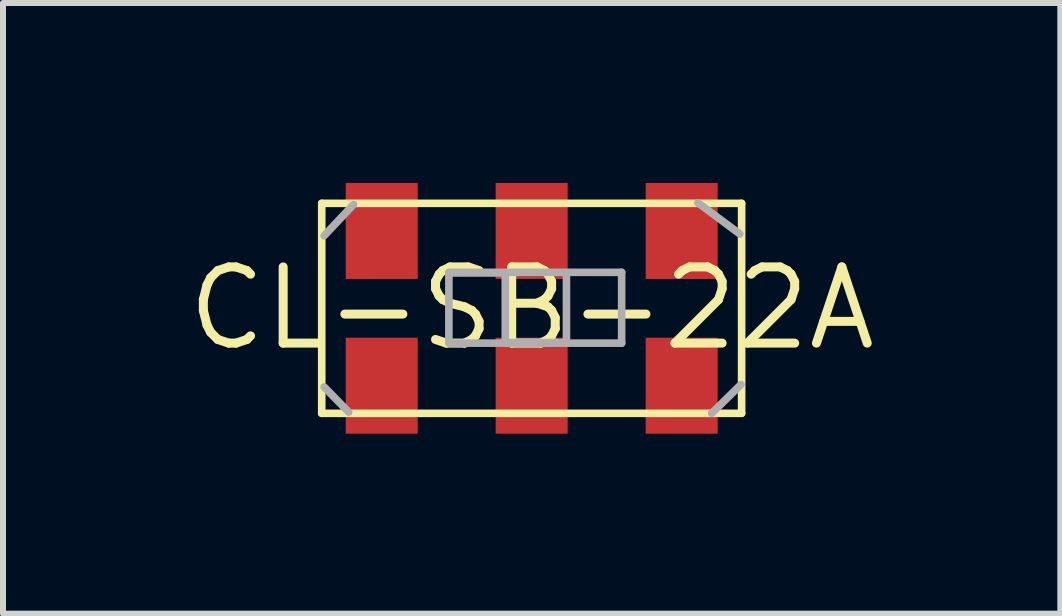
<source format=kicad_pcb>
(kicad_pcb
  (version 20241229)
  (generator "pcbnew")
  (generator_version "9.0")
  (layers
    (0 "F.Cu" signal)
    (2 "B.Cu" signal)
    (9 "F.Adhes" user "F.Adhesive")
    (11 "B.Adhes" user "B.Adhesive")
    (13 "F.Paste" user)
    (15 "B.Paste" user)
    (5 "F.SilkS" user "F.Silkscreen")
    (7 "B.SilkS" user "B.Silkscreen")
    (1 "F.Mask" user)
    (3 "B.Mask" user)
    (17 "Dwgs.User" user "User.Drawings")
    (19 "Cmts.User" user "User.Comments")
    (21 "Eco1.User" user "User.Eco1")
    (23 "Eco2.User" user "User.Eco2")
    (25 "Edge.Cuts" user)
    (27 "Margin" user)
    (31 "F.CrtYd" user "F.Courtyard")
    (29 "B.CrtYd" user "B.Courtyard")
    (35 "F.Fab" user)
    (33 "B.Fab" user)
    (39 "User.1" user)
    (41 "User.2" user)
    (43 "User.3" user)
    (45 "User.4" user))
  (footprint "CL-SB-22A"
    (layer "F.Cu")
    (at 5.813 2.09)
    (property "Reference" "CL-SB-22A" (at 0 0 0) (layer "F.SilkS") (effects (font (size 1.27 1.27) (thickness 0.15))))
    (fp_line (start -3.5 -1.75) (end -3.5 1.75) (stroke (width 0.127) (type solid)) (layer "F.SilkS"))
    (fp_line (start -3.5 -1.75) (end 3.5 -1.75) (stroke (width 0.127) (type solid)) (layer "F.SilkS"))
    (fp_line (start -3.5 1.75) (end 3.5 1.75) (stroke (width 0.127) (type solid)) (layer "F.SilkS"))
    (fp_line (start 3.5 -1.75) (end 3.5 1.75) (stroke (width 0.127) (type solid)) (layer "F.SilkS"))
    (fp_line (start -3.46 -1.21) (end -2.97 -1.73) (stroke (width 0.127) (type solid)) (layer "F.Fab"))
    (fp_line (start -3.46 1.31) (end -3.05 1.73) (stroke (width 0.127) (type solid)) (layer "F.Fab"))
    (fp_line (start -1.38 -0.6) (end 1.5 -0.6) (stroke (width 0.127) (type solid)) (layer "F.Fab"))
    (fp_line (start -1.38 -0.59) (end -0.44 -0.59) (stroke (width 0.127) (type solid)) (layer "F.Fab"))
    (fp_line (start -1.38 0.58) (end -1.38 -0.59) (stroke (width 0.127) (type solid)) (layer "F.Fab"))
    (fp_line (start -0.44 -0.59) (end -0.44 0.57) (stroke (width 0.127) (type solid)) (layer "F.Fab"))
    (fp_line (start -0.44 0.57) (end 0.58 0.57) (stroke (width 0.127) (type solid)) (layer "F.Fab"))
    (fp_line (start 0.58 0.57) (end 0.58 -0.56) (stroke (width 0.127) (type solid)) (layer "F.Fab"))
    (fp_line (start 1.5 -0.6) (end 1.5 0.58) (stroke (width 0.127) (type solid)) (layer "F.Fab"))
    (fp_line (start 1.5 0.58) (end -1.38 0.58) (stroke (width 0.127) (type solid)) (layer "F.Fab"))
    (fp_line (start 2.77 -1.76) (end 3.47 -1.24) (stroke (width 0.127) (type solid)) (layer "F.Fab"))
    (fp_line (start 3 1.75) (end 3.49 1.27) (stroke (width 0.127) (type solid)) (layer "F.Fab"))
    (pad "P$1" smd rect (at -2.5 1.29) (size 1.2 1.6) (layers "F.Cu" "F.Mask" "F.Paste"))
    (pad "P$2" smd rect (at 0 1.29) (size 1.2 1.6) (layers "F.Cu" "F.Mask" "F.Paste"))
    (pad "P$3" smd rect (at 2.5 1.29) (size 1.2 1.6) (layers "F.Cu" "F.Mask" "F.Paste"))
    (pad "P$4" smd rect (at -2.5 -1.29) (size 1.2 1.6) (layers "F.Cu" "F.Mask" "F.Paste"))
    (pad "P$5" smd rect (at 0 -1.29) (size 1.2 1.6) (layers "F.Cu" "F.Mask" "F.Paste"))
    (pad "P$6" smd rect (at 2.5 -1.29) (size 1.2 1.6) (layers "F.Cu" "F.Mask" "F.Paste")))
  (gr_rect
    (start -3 -3)
    (end 14.626 7.18)
    (stroke (width 0.1) (type default))
    (fill no)
    (layer "Edge.Cuts")))
</source>
